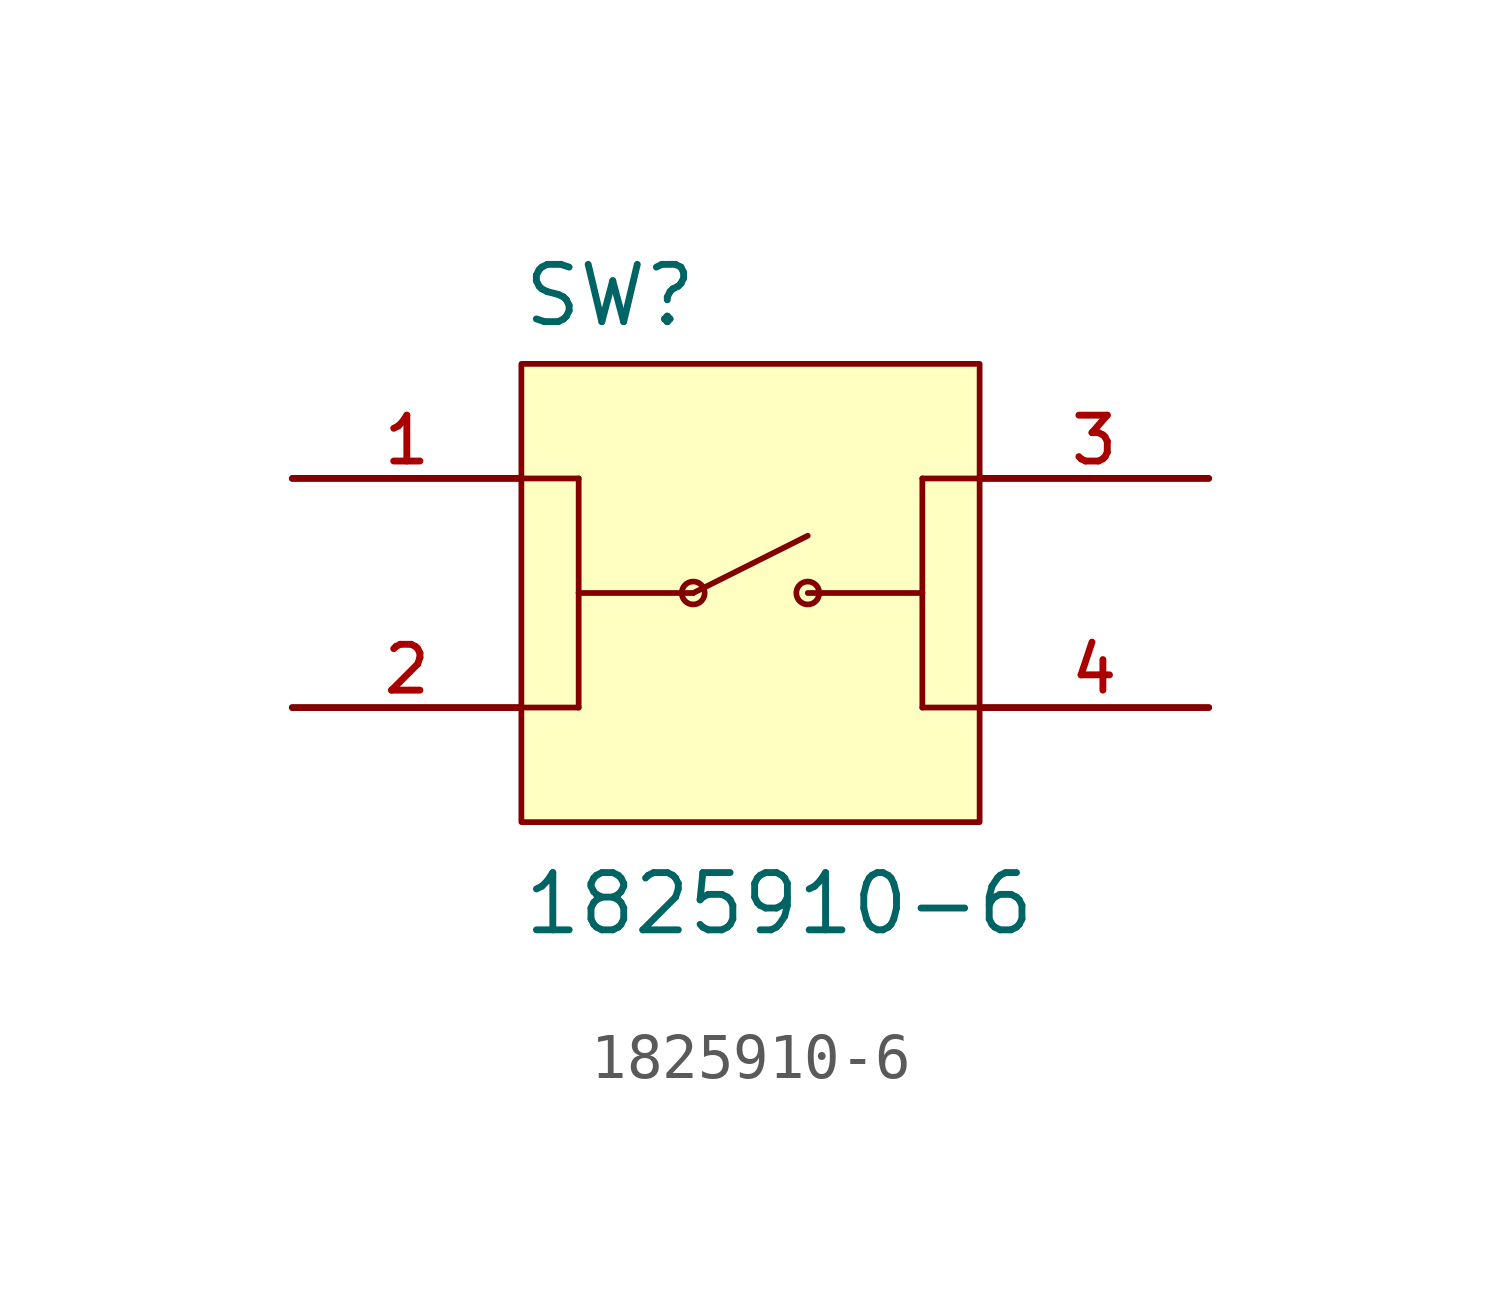
<source format=kicad_sym>
(kicad_symbol_lib
  (version 20211014)
  (generator kicad_symbol_editor)
  (symbol "1825910-6"
    (pin_names
      (offset 1.016))
    (property "Reference" "SW"
      (at -5.09 5.853 0)
      (effects (font (size 1.27 1.27)) (justify bottom left)))
    (property "Value" "1825910-6"
      (at -5.088 -7.632 0)
      (effects (font (size 1.27 1.27)) (justify bottom left)))
    (symbol "1825910-6_0_0"
      (polyline (pts (xy -1.27 0.0) (xy 1.27 1.27)) (stroke (width 0.127)))
      (circle (center -1.27 0.0) (radius 0.254) (stroke (width 0.127)) (fill (type none)))
      (circle (center 1.27 0.0) (radius 0.254) (stroke (width 0.127)) (fill (type none)))
      (polyline (pts (xy -5.08 2.54) (xy -3.81 2.54)) (stroke (width 0.127)))
      (polyline (pts (xy -3.81 2.54) (xy -3.81 0.0)) (stroke (width 0.127)))
      (polyline (pts (xy -3.81 0.0) (xy -3.81 -2.54)) (stroke (width 0.127)))
      (polyline (pts (xy -3.81 -2.54) (xy -5.08 -2.54)) (stroke (width 0.127)))
      (polyline (pts (xy -3.81 0.0) (xy -1.27 0.0)) (stroke (width 0.127)))
      (polyline (pts (xy 1.27 0.0) (xy 3.81 0.0)) (stroke (width 0.127)))
      (polyline (pts (xy 3.81 0.0) (xy 3.81 2.54)) (stroke (width 0.127)))
      (polyline (pts (xy 3.81 2.54) (xy 5.08 2.54)) (stroke (width 0.127)))
      (polyline (pts (xy 3.81 0.0) (xy 3.81 -2.54)) (stroke (width 0.127)))
      (polyline (pts (xy 3.81 -2.54) (xy 5.08 -2.54)) (stroke (width 0.127)))
      (rectangle (start -5.08 -5.08) (end 5.08 5.08) (stroke (width 0.127)) (fill (type background)))
      (pin passive line (at -10.16 2.54 0) (length 5.08) (name "~" (effects (font (size 1.016 1.016)))) (number "1" (effects (font (size 1.016 1.016)))))
      (pin passive line (at -10.16 -2.54 0) (length 5.08) (name "~" (effects (font (size 1.016 1.016)))) (number "2" (effects (font (size 1.016 1.016)))))
      (pin passive line (at 10.16 2.54 180.0) (length 5.08) (name "~" (effects (font (size 1.016 1.016)))) (number "3" (effects (font (size 1.016 1.016)))))
      (pin passive line (at 10.16 -2.54 180.0) (length 5.08) (name "~" (effects (font (size 1.016 1.016)))) (number "4" (effects (font (size 1.016 1.016))))))))
</source>
